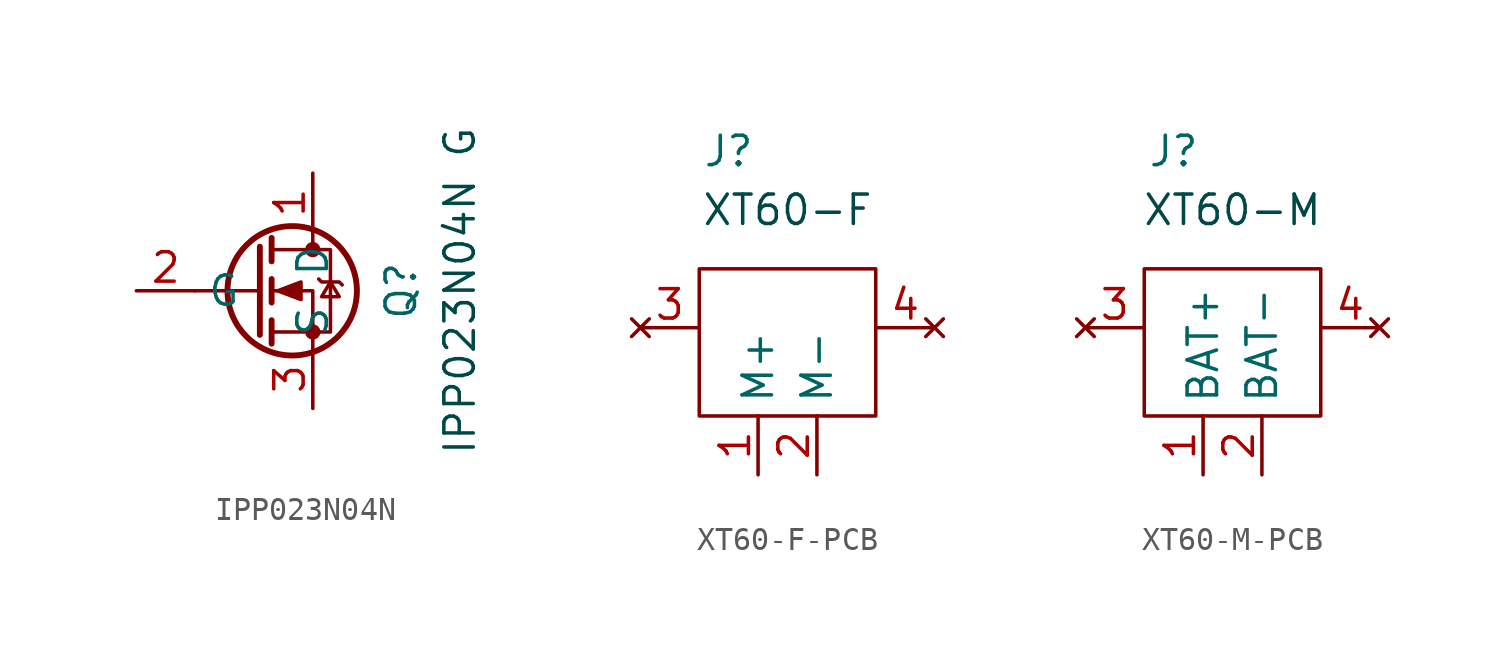
<source format=kicad_sym>
(kicad_symbol_lib
  (version 20220914)
  (generator kicad_symbol_editor)
  (symbol "IPP023N04N"
    (property "Reference" "Q"
      (at 0 0 90)
      (effects (font (size 1.27 1.27))))
    (property "Value" ""
      (at 0 0 0)
      (effects (font (size 1.27 1.27))))
    (symbol "IPP023N04N_0_1"
      (circle (center -4.699 0) (radius 2.794) (stroke (width 0.254) (type default)) (fill (type none)))
      (circle (center -3.81 -1.778) (radius 0.254) (stroke (width 0) (type default)) (fill (type outline)))
      (circle (center -3.81 1.778) (radius 0.254) (stroke (width 0) (type default)) (fill (type outline)))
      (polyline (pts (xy -6.096 0) (xy -8.89 0)) (stroke (width 0) (type default)) (fill (type none)))
      (polyline (pts (xy -6.096 1.905) (xy -6.096 -1.905)) (stroke (width 0.254) (type default)) (fill (type none)))
      (polyline (pts (xy -5.588 -1.27) (xy -5.588 -2.286)) (stroke (width 0.254) (type default)) (fill (type none)))
      (polyline (pts (xy -5.588 0.508) (xy -5.588 -0.508)) (stroke (width 0.254) (type default)) (fill (type none)))
      (polyline (pts (xy -5.588 2.286) (xy -5.588 1.27)) (stroke (width 0.254) (type default)) (fill (type none)))
      (polyline (pts (xy -3.81 2.54) (xy -3.81 1.778)) (stroke (width 0) (type default)) (fill (type none)))
      (polyline (pts (xy -3.81 -2.54) (xy -3.81 0) (xy -5.588 0)) (stroke (width 0) (type default)) (fill (type none)))
      (polyline (pts (xy -5.588 -1.778) (xy -3.048 -1.778) (xy -3.048 1.778) (xy -5.588 1.778)) (stroke (width 0) (type default)) (fill (type none)))
      (polyline (pts (xy -5.334 0) (xy -4.318 0.381) (xy -4.318 -0.381) (xy -5.334 0)) (stroke (width 0) (type default)) (fill (type outline)))
      (polyline (pts (xy -3.556 0.508) (xy -3.429 0.381) (xy -2.667 0.381) (xy -2.54 0.254)) (stroke (width 0) (type default)) (fill (type none)))
      (polyline (pts (xy -3.048 0.381) (xy -3.429 -0.254) (xy -2.667 -0.254) (xy -3.048 0.381)) (stroke (width 0) (type default)) (fill (type none))))
    (symbol "IPP023N04N_1_1"
      (text "IPP023N04N G" (at 2.54 0 900) (effects (font (size 1.27 1.27) (color 0 72 72 1))))
      (pin passive line (at -3.81 5.08 270) (length 2.54) (name "D" (effects (font (size 1.27 1.27)))) (number "1" (effects (font (size 1.27 1.27)))))
      (pin input line (at -11.43 0 0) (length 2.54) (name "G" (effects (font (size 1.27 1.27)))) (number "2" (effects (font (size 1.27 1.27)))))
      (pin passive line (at -3.81 -5.08 90) (length 2.54) (name "S" (effects (font (size 1.27 1.27)))) (number "3" (effects (font (size 1.27 1.27)))))))
  (symbol "XT60-F-PCB"
    (property "Reference" "J"
      (at 0 0 0)
      (effects (font (size 1.27 1.27))))
    (property "Value" ""
      (at 0 0 0)
      (effects (font (size 1.27 1.27))))
    (symbol "XT60-F-PCB_0_1"
      (polyline (pts (xy 1.27 -11.43) (xy -1.27 -11.43) (xy -1.27 -5.08) (xy 6.35 -5.08) (xy 6.35 -11.43) (xy 1.27 -11.43)) (stroke (width 0) (type default)) (fill (type none))))
    (symbol "XT60-F-PCB_1_1"
      (text "XT60-F" (at 2.54 -2.54 0) (effects (font (size 1.27 1.27) (color 0 72 72 1))))
      (pin power_in line (at 1.27 -13.97 90) (length 2.54) (name "M+" (effects (font (size 1.27 1.27)))) (number "1" (effects (font (size 1.27 1.27)))))
      (pin power_in line (at 3.81 -13.97 90) (length 2.54) (name "M-" (effects (font (size 1.27 1.27)))) (number "2" (effects (font (size 1.27 1.27)))))
      (pin no_connect line (at -3.81 -7.62 0) (length 2.54) (name "" (effects (font (size 1.27 1.27)))) (number "3" (effects (font (size 1.27 1.27)))))
      (pin no_connect line (at 8.89 -7.62 180) (length 2.54) (name "" (effects (font (size 1.27 1.27)))) (number "4" (effects (font (size 1.27 1.27)))))))
  (symbol "XT60-M-PCB"
    (property "Reference" "J"
      (at 1.27 5.08 0)
      (effects (font (size 1.27 1.27))))
    (property "Value" ""
      (at -1.27 -8.89 90)
      (effects (font (size 1.27 1.27))))
    (symbol "XT60-M-PCB_0_1"
      (polyline (pts (xy 2.54 -6.35) (xy 0 -6.35) (xy 0 0) (xy 7.62 0) (xy 7.62 -6.35) (xy 2.54 -6.35)) (stroke (width 0) (type default)) (fill (type none))))
    (symbol "XT60-M-PCB_1_1"
      (text "XT60-M" (at 3.81 2.54 0) (effects (font (size 1.27 1.27) (color 0 72 72 1))))
      (pin power_in line (at 2.54 -8.89 90) (length 2.54) (name "BAT+" (effects (font (size 1.27 1.27)))) (number "1" (effects (font (size 1.27 1.27)))))
      (pin power_in line (at 5.08 -8.89 90) (length 2.54) (name "BAT-" (effects (font (size 1.27 1.27)))) (number "2" (effects (font (size 1.27 1.27)))))
      (pin no_connect line (at -2.54 -2.54 0) (length 2.54) (name "" (effects (font (size 1.27 1.27)))) (number "3" (effects (font (size 1.27 1.27)))))
      (pin no_connect line (at 10.16 -2.54 180) (length 2.54) (name "" (effects (font (size 1.27 1.27)))) (number "4" (effects (font (size 1.27 1.27))))))))
</source>
